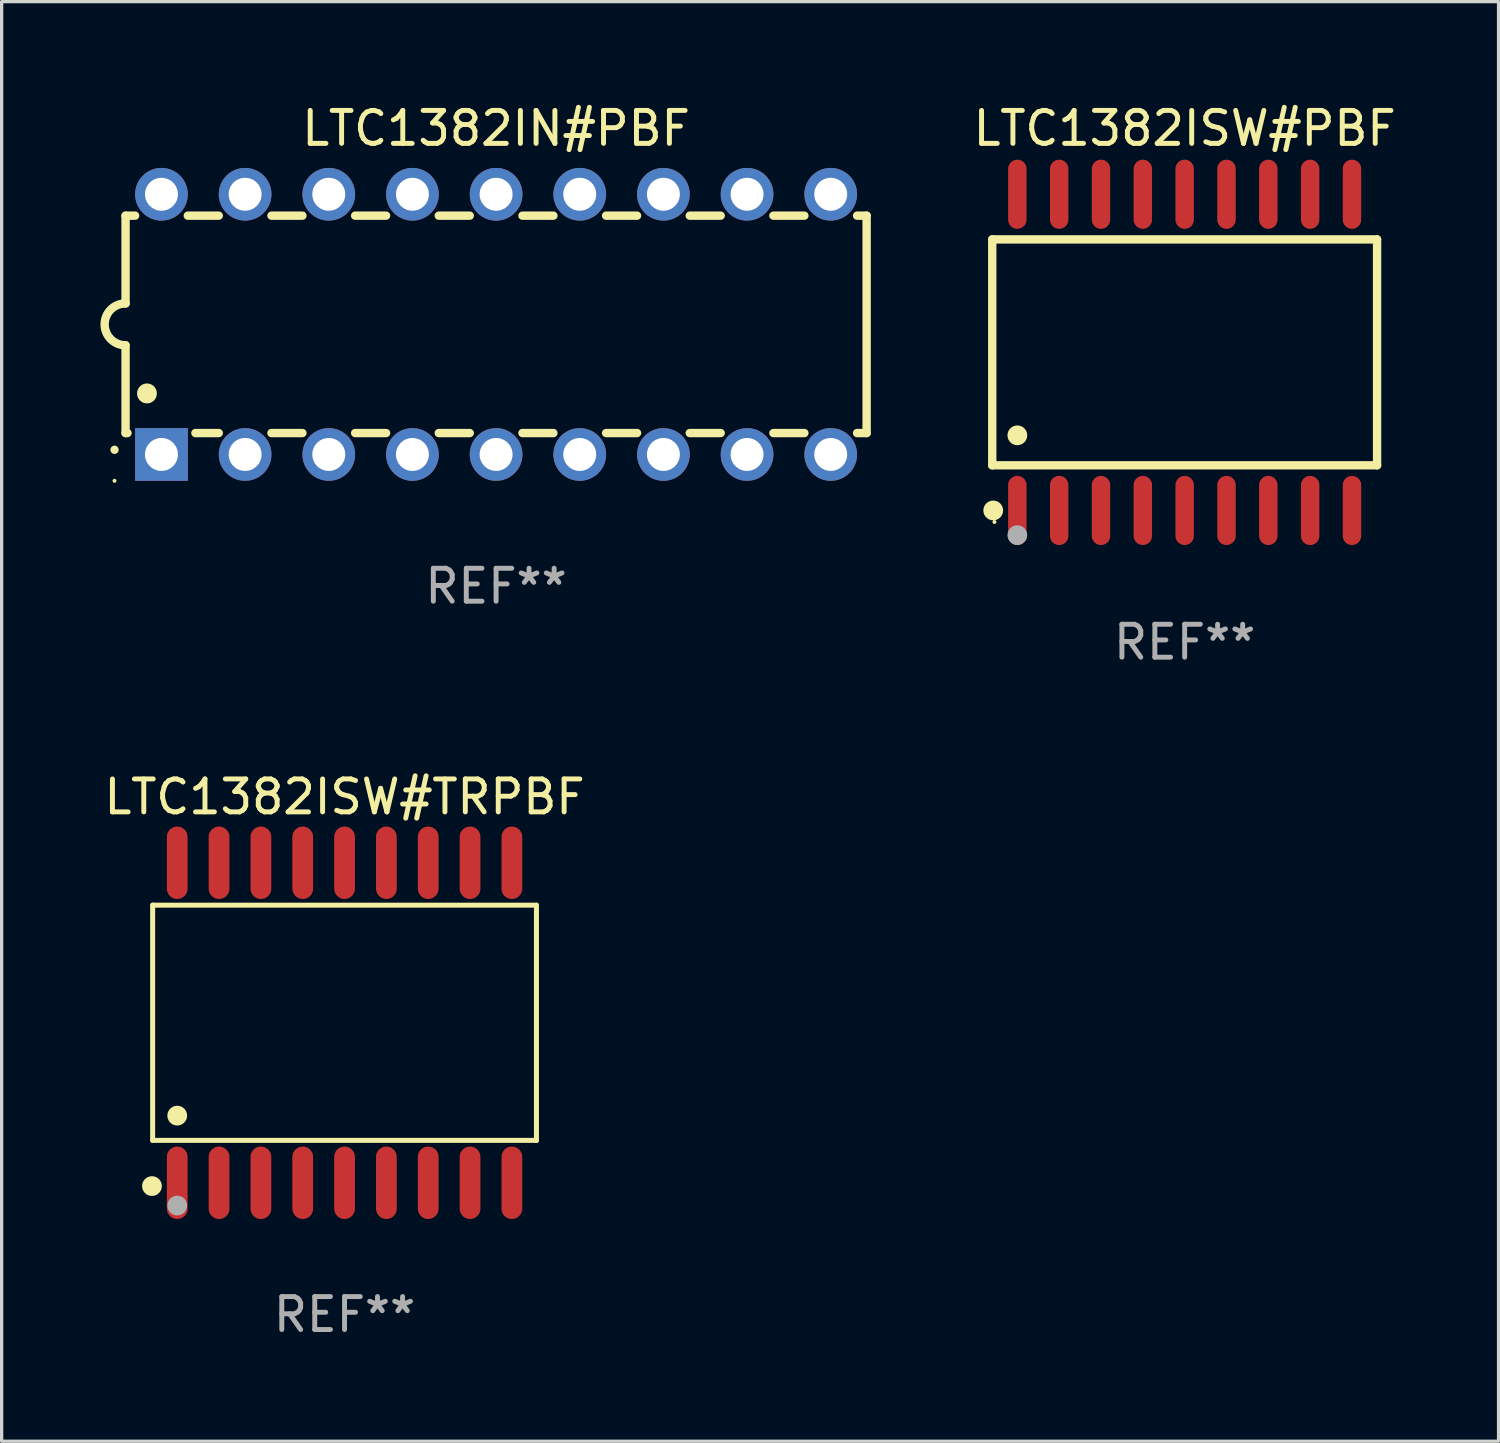
<source format=kicad_pcb>
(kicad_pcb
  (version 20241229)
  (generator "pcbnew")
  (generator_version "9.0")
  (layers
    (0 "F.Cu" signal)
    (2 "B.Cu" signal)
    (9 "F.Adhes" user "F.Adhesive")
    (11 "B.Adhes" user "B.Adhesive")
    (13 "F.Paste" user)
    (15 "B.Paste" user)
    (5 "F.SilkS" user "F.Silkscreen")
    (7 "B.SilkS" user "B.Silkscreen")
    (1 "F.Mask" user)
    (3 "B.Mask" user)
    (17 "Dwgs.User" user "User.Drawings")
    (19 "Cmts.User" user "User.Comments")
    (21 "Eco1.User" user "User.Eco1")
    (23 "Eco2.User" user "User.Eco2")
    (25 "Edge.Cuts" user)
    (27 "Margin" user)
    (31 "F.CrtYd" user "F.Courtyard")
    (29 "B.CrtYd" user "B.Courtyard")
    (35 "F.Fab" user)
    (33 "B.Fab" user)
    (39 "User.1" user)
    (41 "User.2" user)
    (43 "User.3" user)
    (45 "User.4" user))
  (footprint "LTC1382ISW#PBF"
    (layer "F.Cu")
    (at 32.918 7.648)
    (property "Reference" "LTC1382ISW#PBF" (at 0 -6.8 0) (layer "F.SilkS") (effects (font (size 1 1) (thickness 0.15))))
    (attr through_hole)
    (fp_line (start -5.842 -3.429) (end -5.842 3.429) (stroke (width 0.254) (type solid)) (layer "F.SilkS"))
    (fp_line (start -5.842 3.429) (end 5.842 3.429) (stroke (width 0.254) (type solid)) (layer "F.SilkS"))
    (fp_line (start 5.842 -3.429) (end -5.842 -3.429) (stroke (width 0.254) (type solid)) (layer "F.SilkS"))
    (fp_line (start 5.842 3.429) (end 5.842 -3.429) (stroke (width 0.254) (type solid)) (layer "F.SilkS"))
    (fp_circle (center -5.812 4.8) (end -5.662 4.8) (stroke (width 0.3) (type solid)) (fill no) (layer "F.SilkS"))
    (fp_circle (center -5.775 5.15) (end -5.745 5.15) (stroke (width 0.06) (type solid)) (fill no) (layer "F.SilkS"))
    (fp_circle (center -5.08 2.519) (end -4.93 2.519) (stroke (width 0.3) (type solid)) (fill no) (layer "F.SilkS"))
    (fp_circle (center -5.08 5.55) (end -4.93 5.55) (stroke (width 0.3) (type solid)) (fill no) (layer "F.Fab"))
    (fp_text user "REF**" (at 0 8.8 0) (layer "F.Fab") (effects (font (size 1 1) (thickness 0.15))))
    (pad "1" smd oval (at -5.08 4.8) (size 0.56 2.1) (layers "F.Cu" "F.Mask" "F.Paste"))
    (pad "2" smd oval (at -3.81 4.8) (size 0.56 2.1) (layers "F.Cu" "F.Mask" "F.Paste"))
    (pad "3" smd oval (at -2.54 4.8) (size 0.56 2.1) (layers "F.Cu" "F.Mask" "F.Paste"))
    (pad "4" smd oval (at -1.27 4.8) (size 0.56 2.1) (layers "F.Cu" "F.Mask" "F.Paste"))
    (pad "5" smd oval (at 0 4.8) (size 0.56 2.1) (layers "F.Cu" "F.Mask" "F.Paste"))
    (pad "6" smd oval (at 1.27 4.8) (size 0.56 2.1) (layers "F.Cu" "F.Mask" "F.Paste"))
    (pad "7" smd oval (at 2.54 4.8) (size 0.56 2.1) (layers "F.Cu" "F.Mask" "F.Paste"))
    (pad "8" smd oval (at 3.81 4.8) (size 0.56 2.1) (layers "F.Cu" "F.Mask" "F.Paste"))
    (pad "9" smd oval (at 5.08 4.8) (size 0.56 2.1) (layers "F.Cu" "F.Mask" "F.Paste"))
    (pad "10" smd oval (at 5.08 -4.8) (size 0.56 2.1) (layers "F.Cu" "F.Mask" "F.Paste"))
    (pad "11" smd oval (at 3.81 -4.8) (size 0.56 2.1) (layers "F.Cu" "F.Mask" "F.Paste"))
    (pad "12" smd oval (at 2.54 -4.8) (size 0.56 2.1) (layers "F.Cu" "F.Mask" "F.Paste"))
    (pad "13" smd oval (at 1.27 -4.8) (size 0.56 2.1) (layers "F.Cu" "F.Mask" "F.Paste"))
    (pad "14" smd oval (at 0 -4.8) (size 0.56 2.1) (layers "F.Cu" "F.Mask" "F.Paste"))
    (pad "15" smd oval (at -1.27 -4.8) (size 0.56 2.1) (layers "F.Cu" "F.Mask" "F.Paste"))
    (pad "16" smd oval (at -2.54 -4.8) (size 0.56 2.1) (layers "F.Cu" "F.Mask" "F.Paste"))
    (pad "17" smd oval (at -3.81 -4.8) (size 0.56 2.1) (layers "F.Cu" "F.Mask" "F.Paste"))
    (pad "18" smd oval (at -5.08 -4.8) (size 0.56 2.1) (layers "F.Cu" "F.Mask" "F.Paste")))
  (footprint "LTC1382IN#PBF"
    (layer "F.Cu")
    (at 12.012 6.798)
    (property "Reference" "LTC1382IN#PBF" (at 0 -5.95 0) (layer "F.SilkS") (effects (font (size 1 1) (thickness 0.15))))
    (attr through_hole)
    (fp_line (start -11.25 -3.3) (end -11.25 -0.635) (stroke (width 0.254) (type solid)) (layer "F.SilkS"))
    (fp_line (start -11.25 -3.3) (end -10.96 -3.3) (stroke (width 0.254) (type solid)) (layer "F.SilkS"))
    (fp_line (start -11.25 3.3) (end -11.25 0.635) (stroke (width 0.254) (type solid)) (layer "F.SilkS"))
    (fp_line (start -11.25 3.3) (end -11.191 3.3) (stroke (width 0.254) (type solid)) (layer "F.SilkS"))
    (fp_line (start -9.36 -3.3) (end -8.42 -3.3) (stroke (width 0.254) (type solid)) (layer "F.SilkS"))
    (fp_line (start -9.129 3.3) (end -8.42 3.3) (stroke (width 0.254) (type solid)) (layer "F.SilkS"))
    (fp_line (start -6.82 -3.3) (end -5.88 -3.3) (stroke (width 0.254) (type solid)) (layer "F.SilkS"))
    (fp_line (start -6.82 3.3) (end -5.88 3.3) (stroke (width 0.254) (type solid)) (layer "F.SilkS"))
    (fp_line (start -4.28 -3.3) (end -3.34 -3.3) (stroke (width 0.254) (type solid)) (layer "F.SilkS"))
    (fp_line (start -4.28 3.3) (end -3.34 3.3) (stroke (width 0.254) (type solid)) (layer "F.SilkS"))
    (fp_line (start -1.74 -3.3) (end -0.8 -3.3) (stroke (width 0.254) (type solid)) (layer "F.SilkS"))
    (fp_line (start -1.74 3.3) (end -0.8 3.3) (stroke (width 0.254) (type solid)) (layer "F.SilkS"))
    (fp_line (start 0.8 -3.3) (end 1.74 -3.3) (stroke (width 0.254) (type solid)) (layer "F.SilkS"))
    (fp_line (start 0.8 3.3) (end 1.74 3.3) (stroke (width 0.254) (type solid)) (layer "F.SilkS"))
    (fp_line (start 3.34 -3.3) (end 4.28 -3.3) (stroke (width 0.254) (type solid)) (layer "F.SilkS"))
    (fp_line (start 3.34 3.3) (end 4.28 3.3) (stroke (width 0.254) (type solid)) (layer "F.SilkS"))
    (fp_line (start 5.88 -3.3) (end 6.82 -3.3) (stroke (width 0.254) (type solid)) (layer "F.SilkS"))
    (fp_line (start 5.88 3.3) (end 6.82 3.3) (stroke (width 0.254) (type solid)) (layer "F.SilkS"))
    (fp_line (start 8.42 -3.3) (end 9.36 -3.3) (stroke (width 0.254) (type solid)) (layer "F.SilkS"))
    (fp_line (start 8.42 3.3) (end 9.36 3.3) (stroke (width 0.254) (type solid)) (layer "F.SilkS"))
    (fp_line (start 10.96 -3.3) (end 11.25 -3.3) (stroke (width 0.254) (type solid)) (layer "F.SilkS"))
    (fp_line (start 10.96 3.3) (end 11.25 3.3) (stroke (width 0.254) (type solid)) (layer "F.SilkS"))
    (fp_line (start 11.25 -3.3) (end 11.25 3.3) (stroke (width 0.254) (type solid)) (layer "F.SilkS"))
    (fp_arc (start -11.584963 3.810008) (mid -11.58497 3.808738) (end -11.584963 3.807468) (stroke (width 0.25) (type solid)) (layer "F.SilkS"))
    (fp_arc (start -11.250013 0.635001) (mid -11.884684 -0.000165) (end -11.249683 -0.635001) (stroke (width 0.254001) (type solid)) (layer "F.SilkS"))
    (fp_arc (start -10.600025 2.1) (mid -10.600036 2.09746) (end -10.600025 2.09492) (stroke (width 0.6) (type solid)) (layer "F.SilkS"))
    (fp_circle (center -11.585 4.75) (end -11.555 4.75) (stroke (width 0.06) (type solid)) (fill no) (layer "F.SilkS"))
    (fp_text user "REF**" (at 0 7.95 0) (layer "F.Fab") (effects (font (size 1 1) (thickness 0.15))))
    (pad "1" thru_hole rect (at -10.16 3.95 90) (size 1.6 1.6) (drill 1) (layers "*.Cu" "*.Mask"))
    (pad "2" thru_hole circle (at -7.62 3.95 90) (size 1.6 1.6) (drill 1) (layers "*.Cu" "*.Mask"))
    (pad "3" thru_hole circle (at -5.08 3.95 90) (size 1.6 1.6) (drill 1) (layers "*.Cu" "*.Mask"))
    (pad "4" thru_hole circle (at -2.54 3.95 90) (size 1.6 1.6) (drill 1) (layers "*.Cu" "*.Mask"))
    (pad "5" thru_hole circle (at 0 3.95 90) (size 1.6 1.6) (drill 1) (layers "*.Cu" "*.Mask"))
    (pad "6" thru_hole circle (at 2.54 3.95 90) (size 1.6 1.6) (drill 1) (layers "*.Cu" "*.Mask"))
    (pad "7" thru_hole circle (at 5.08 3.95 90) (size 1.6 1.6) (drill 1) (layers "*.Cu" "*.Mask"))
    (pad "8" thru_hole circle (at 7.62 3.95 90) (size 1.6 1.6) (drill 1) (layers "*.Cu" "*.Mask"))
    (pad "9" thru_hole circle (at 10.16 3.95 90) (size 1.6 1.6) (drill 1) (layers "*.Cu" "*.Mask"))
    (pad "10" thru_hole circle (at 10.16 -3.95 90) (size 1.6 1.6) (drill 1) (layers "*.Cu" "*.Mask"))
    (pad "11" thru_hole circle (at 7.62 -3.95 90) (size 1.6 1.6) (drill 1) (layers "*.Cu" "*.Mask"))
    (pad "12" thru_hole circle (at 5.08 -3.95 90) (size 1.6 1.6) (drill 1) (layers "*.Cu" "*.Mask"))
    (pad "13" thru_hole circle (at 2.54 -3.95 90) (size 1.6 1.6) (drill 1) (layers "*.Cu" "*.Mask"))
    (pad "14" thru_hole circle (at 0 -3.95 90) (size 1.6 1.6) (drill 1) (layers "*.Cu" "*.Mask"))
    (pad "15" thru_hole circle (at -2.54 -3.95 90) (size 1.6 1.6) (drill 1) (layers "*.Cu" "*.Mask"))
    (pad "16" thru_hole circle (at -5.08 -3.95 90) (size 1.6 1.6) (drill 1) (layers "*.Cu" "*.Mask"))
    (pad "17" thru_hole circle (at -7.62 -3.95 90) (size 1.6 1.6) (drill 1) (layers "*.Cu" "*.Mask"))
    (pad "18" thru_hole circle (at -10.16 -3.95 90) (size 1.6 1.6) (drill 1) (layers "*.Cu" "*.Mask")))
  (footprint "LTC1382ISW#TRPBF"
    (layer "F.Cu")
    (at 7.411 28.003)
    (property "Reference" "LTC1382ISW#TRPBF" (at 0 -6.858 0) (layer "F.SilkS") (effects (font (size 1 1) (thickness 0.15))))
    (attr through_hole)
    (fp_line (start -5.826 -3.571) (end 5.826 -3.571) (stroke (width 0.152) (type solid)) (layer "F.SilkS"))
    (fp_line (start -5.826 3.571) (end -5.826 -3.571) (stroke (width 0.152) (type solid)) (layer "F.SilkS"))
    (fp_line (start 5.826 -3.571) (end 5.826 3.571) (stroke (width 0.152) (type solid)) (layer "F.SilkS"))
    (fp_line (start 5.826 3.571) (end -5.826 3.571) (stroke (width 0.152) (type solid)) (layer "F.SilkS"))
    (fp_circle (center -5.847 4.958) (end -5.697 4.958) (stroke (width 0.3) (type solid)) (fill no) (layer "F.SilkS"))
    (fp_circle (center -5.75 5.15) (end -5.72 5.15) (stroke (width 0.06) (type solid)) (fill no) (layer "F.SilkS"))
    (fp_circle (center -5.08 2.819) (end -4.93 2.819) (stroke (width 0.3) (type solid)) (fill no) (layer "F.SilkS"))
    (fp_circle (center -5.08 5.55) (end -4.93 5.55) (stroke (width 0.3) (type solid)) (fill no) (layer "F.Fab"))
    (fp_text user "REF**" (at 0 8.858 0) (layer "F.Fab") (effects (font (size 1 1) (thickness 0.15))))
    (pad "1" smd oval (at -5.08 4.858) (size 0.63 2.2) (layers "F.Cu" "F.Mask" "F.Paste"))
    (pad "2" smd oval (at -3.81 4.858) (size 0.63 2.2) (layers "F.Cu" "F.Mask" "F.Paste"))
    (pad "3" smd oval (at -2.54 4.858) (size 0.63 2.2) (layers "F.Cu" "F.Mask" "F.Paste"))
    (pad "4" smd oval (at -1.27 4.858) (size 0.63 2.2) (layers "F.Cu" "F.Mask" "F.Paste"))
    (pad "5" smd oval (at 0 4.858) (size 0.63 2.2) (layers "F.Cu" "F.Mask" "F.Paste"))
    (pad "6" smd oval (at 1.27 4.858) (size 0.63 2.2) (layers "F.Cu" "F.Mask" "F.Paste"))
    (pad "7" smd oval (at 2.54 4.858) (size 0.63 2.2) (layers "F.Cu" "F.Mask" "F.Paste"))
    (pad "8" smd oval (at 3.81 4.858) (size 0.63 2.2) (layers "F.Cu" "F.Mask" "F.Paste"))
    (pad "9" smd oval (at 5.08 4.858) (size 0.63 2.2) (layers "F.Cu" "F.Mask" "F.Paste"))
    (pad "10" smd oval (at 5.08 -4.858) (size 0.63 2.2) (layers "F.Cu" "F.Mask" "F.Paste"))
    (pad "11" smd oval (at 3.81 -4.858) (size 0.63 2.2) (layers "F.Cu" "F.Mask" "F.Paste"))
    (pad "12" smd oval (at 2.54 -4.858) (size 0.63 2.2) (layers "F.Cu" "F.Mask" "F.Paste"))
    (pad "13" smd oval (at 1.27 -4.858) (size 0.63 2.2) (layers "F.Cu" "F.Mask" "F.Paste"))
    (pad "14" smd oval (at 0 -4.858) (size 0.63 2.2) (layers "F.Cu" "F.Mask" "F.Paste"))
    (pad "15" smd oval (at -1.27 -4.858) (size 0.63 2.2) (layers "F.Cu" "F.Mask" "F.Paste"))
    (pad "16" smd oval (at -2.54 -4.858) (size 0.63 2.2) (layers "F.Cu" "F.Mask" "F.Paste"))
    (pad "17" smd oval (at -3.81 -4.858) (size 0.63 2.2) (layers "F.Cu" "F.Mask" "F.Paste"))
    (pad "18" smd oval (at -5.08 -4.858) (size 0.63 2.2) (layers "F.Cu" "F.Mask" "F.Paste")))
  (gr_rect
    (start -3 -3)
    (end 42.448 40.708)
    (stroke (width 0.1) (type default))
    (fill no)
    (layer "Edge.Cuts")))
</source>
